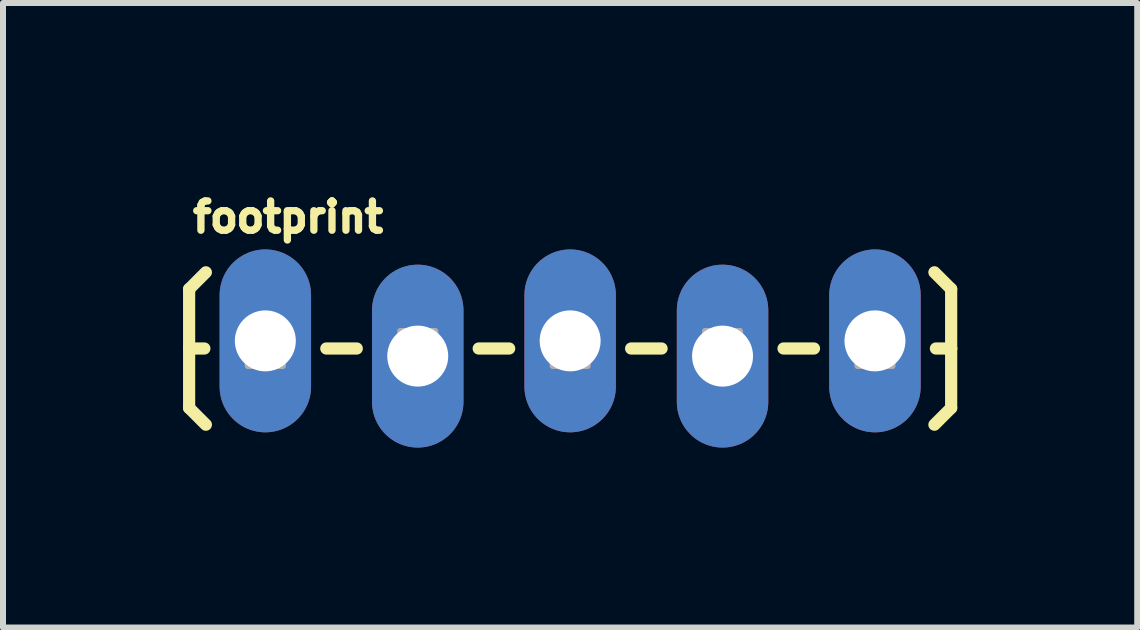
<source format=kicad_pcb>
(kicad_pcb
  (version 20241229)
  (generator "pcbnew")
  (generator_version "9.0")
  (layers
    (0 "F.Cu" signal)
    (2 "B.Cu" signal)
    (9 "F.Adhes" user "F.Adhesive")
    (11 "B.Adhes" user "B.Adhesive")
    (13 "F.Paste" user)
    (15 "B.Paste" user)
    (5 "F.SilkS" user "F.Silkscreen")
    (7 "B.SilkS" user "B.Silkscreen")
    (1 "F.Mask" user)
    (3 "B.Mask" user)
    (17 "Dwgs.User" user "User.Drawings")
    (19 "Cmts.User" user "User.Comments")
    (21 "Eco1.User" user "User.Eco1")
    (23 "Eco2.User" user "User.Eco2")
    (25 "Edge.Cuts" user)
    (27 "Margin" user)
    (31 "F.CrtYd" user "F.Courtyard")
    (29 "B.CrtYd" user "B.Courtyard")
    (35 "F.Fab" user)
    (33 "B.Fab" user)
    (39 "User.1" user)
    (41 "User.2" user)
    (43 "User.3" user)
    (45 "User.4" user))
  (footprint "footprint"
    (layer "F.Cu")
    (at 1.372 2.631)
    (property "Reference" "footprint" (at -1.27 -1.778 0) (layer "F.SilkS") (effects (font (size 0.488 0.488) (thickness 0.122)) (justify left bottom)))
    (fp_line (start -1.27 -0.864) (end -0.991 -1.143) (stroke (width 0.203) (type solid)) (layer "F.SilkS"))
    (fp_line (start -1.27 0.127) (end -1.27 -0.864) (stroke (width 0.203) (type solid)) (layer "F.SilkS"))
    (fp_line (start -1.27 0.127) (end -1.27 1.118) (stroke (width 0.203) (type solid)) (layer "F.SilkS"))
    (fp_line (start -1.27 0.127) (end -1.016 0.127) (stroke (width 0.203) (type solid)) (layer "F.SilkS"))
    (fp_line (start -1.27 1.118) (end -0.991 1.397) (stroke (width 0.203) (type solid)) (layer "F.SilkS"))
    (fp_line (start 1.524 0.127) (end 1.016 0.127) (stroke (width 0.203) (type solid)) (layer "F.SilkS"))
    (fp_line (start 4.064 0.127) (end 3.556 0.127) (stroke (width 0.203) (type solid)) (layer "F.SilkS"))
    (fp_line (start 6.604 0.127) (end 6.096 0.127) (stroke (width 0.203) (type solid)) (layer "F.SilkS"))
    (fp_line (start 9.144 0.127) (end 8.636 0.127) (stroke (width 0.203) (type solid)) (layer "F.SilkS"))
    (fp_line (start 11.43 -0.864) (end 11.151 -1.143) (stroke (width 0.203) (type solid)) (layer "F.SilkS"))
    (fp_line (start 11.43 0.127) (end 11.176 0.127) (stroke (width 0.203) (type solid)) (layer "F.SilkS"))
    (fp_line (start 11.43 0.127) (end 11.43 -0.864) (stroke (width 0.203) (type solid)) (layer "F.SilkS"))
    (fp_line (start 11.43 0.127) (end 11.43 1.118) (stroke (width 0.203) (type solid)) (layer "F.SilkS"))
    (fp_line (start 11.43 1.118) (end 11.151 1.397) (stroke (width 0.203) (type solid)) (layer "F.SilkS"))
    (fp_poly (pts (xy -0.292 0.419) (xy 0.292 0.419) (xy 0.292 -0.165) (xy -0.292 -0.165)) (stroke (width 0.1) (type solid)) (fill no) (layer "F.Fab"))
    (fp_poly (pts (xy 2.248 0.419) (xy 2.832 0.419) (xy 2.832 -0.165) (xy 2.248 -0.165)) (stroke (width 0.1) (type solid)) (fill no) (layer "F.Fab"))
    (fp_poly (pts (xy 4.788 0.419) (xy 5.372 0.419) (xy 5.372 -0.165) (xy 4.788 -0.165)) (stroke (width 0.1) (type solid)) (fill no) (layer "F.Fab"))
    (fp_poly (pts (xy 7.912 0.419) (xy 7.912 -0.165) (xy 7.328 -0.165) (xy 7.328 0.419)) (stroke (width 0.1) (type solid)) (fill no) (layer "F.Fab"))
    (fp_poly (pts (xy 9.868 0.419) (xy 10.452 0.419) (xy 10.452 -0.165) (xy 9.868 -0.165)) (stroke (width 0.1) (type solid)) (fill no) (layer "F.Fab"))
    (pad "1" thru_hole oval (at 0 0 90) (size 3.048 1.524) (drill 1.016) (layers "*.Cu" "*.Mask"))
    (pad "2" thru_hole oval (at 2.54 0.254 90) (size 3.048 1.524) (drill 1.016) (layers "*.Cu" "*.Mask"))
    (pad "3" thru_hole oval (at 5.08 0 90) (size 3.048 1.524) (drill 1.016) (layers "*.Cu" "*.Mask"))
    (pad "4" thru_hole oval (at 7.62 0.254 90) (size 3.048 1.524) (drill 1.016) (layers "*.Cu" "*.Mask"))
    (pad "5" thru_hole oval (at 10.16 0 90) (size 3.048 1.524) (drill 1.016) (layers "*.Cu" "*.Mask")))
  (gr_rect
    (start -3 -3)
    (end 15.903 7.409)
    (stroke (width 0.1) (type default))
    (fill no)
    (layer "Edge.Cuts")))
</source>
